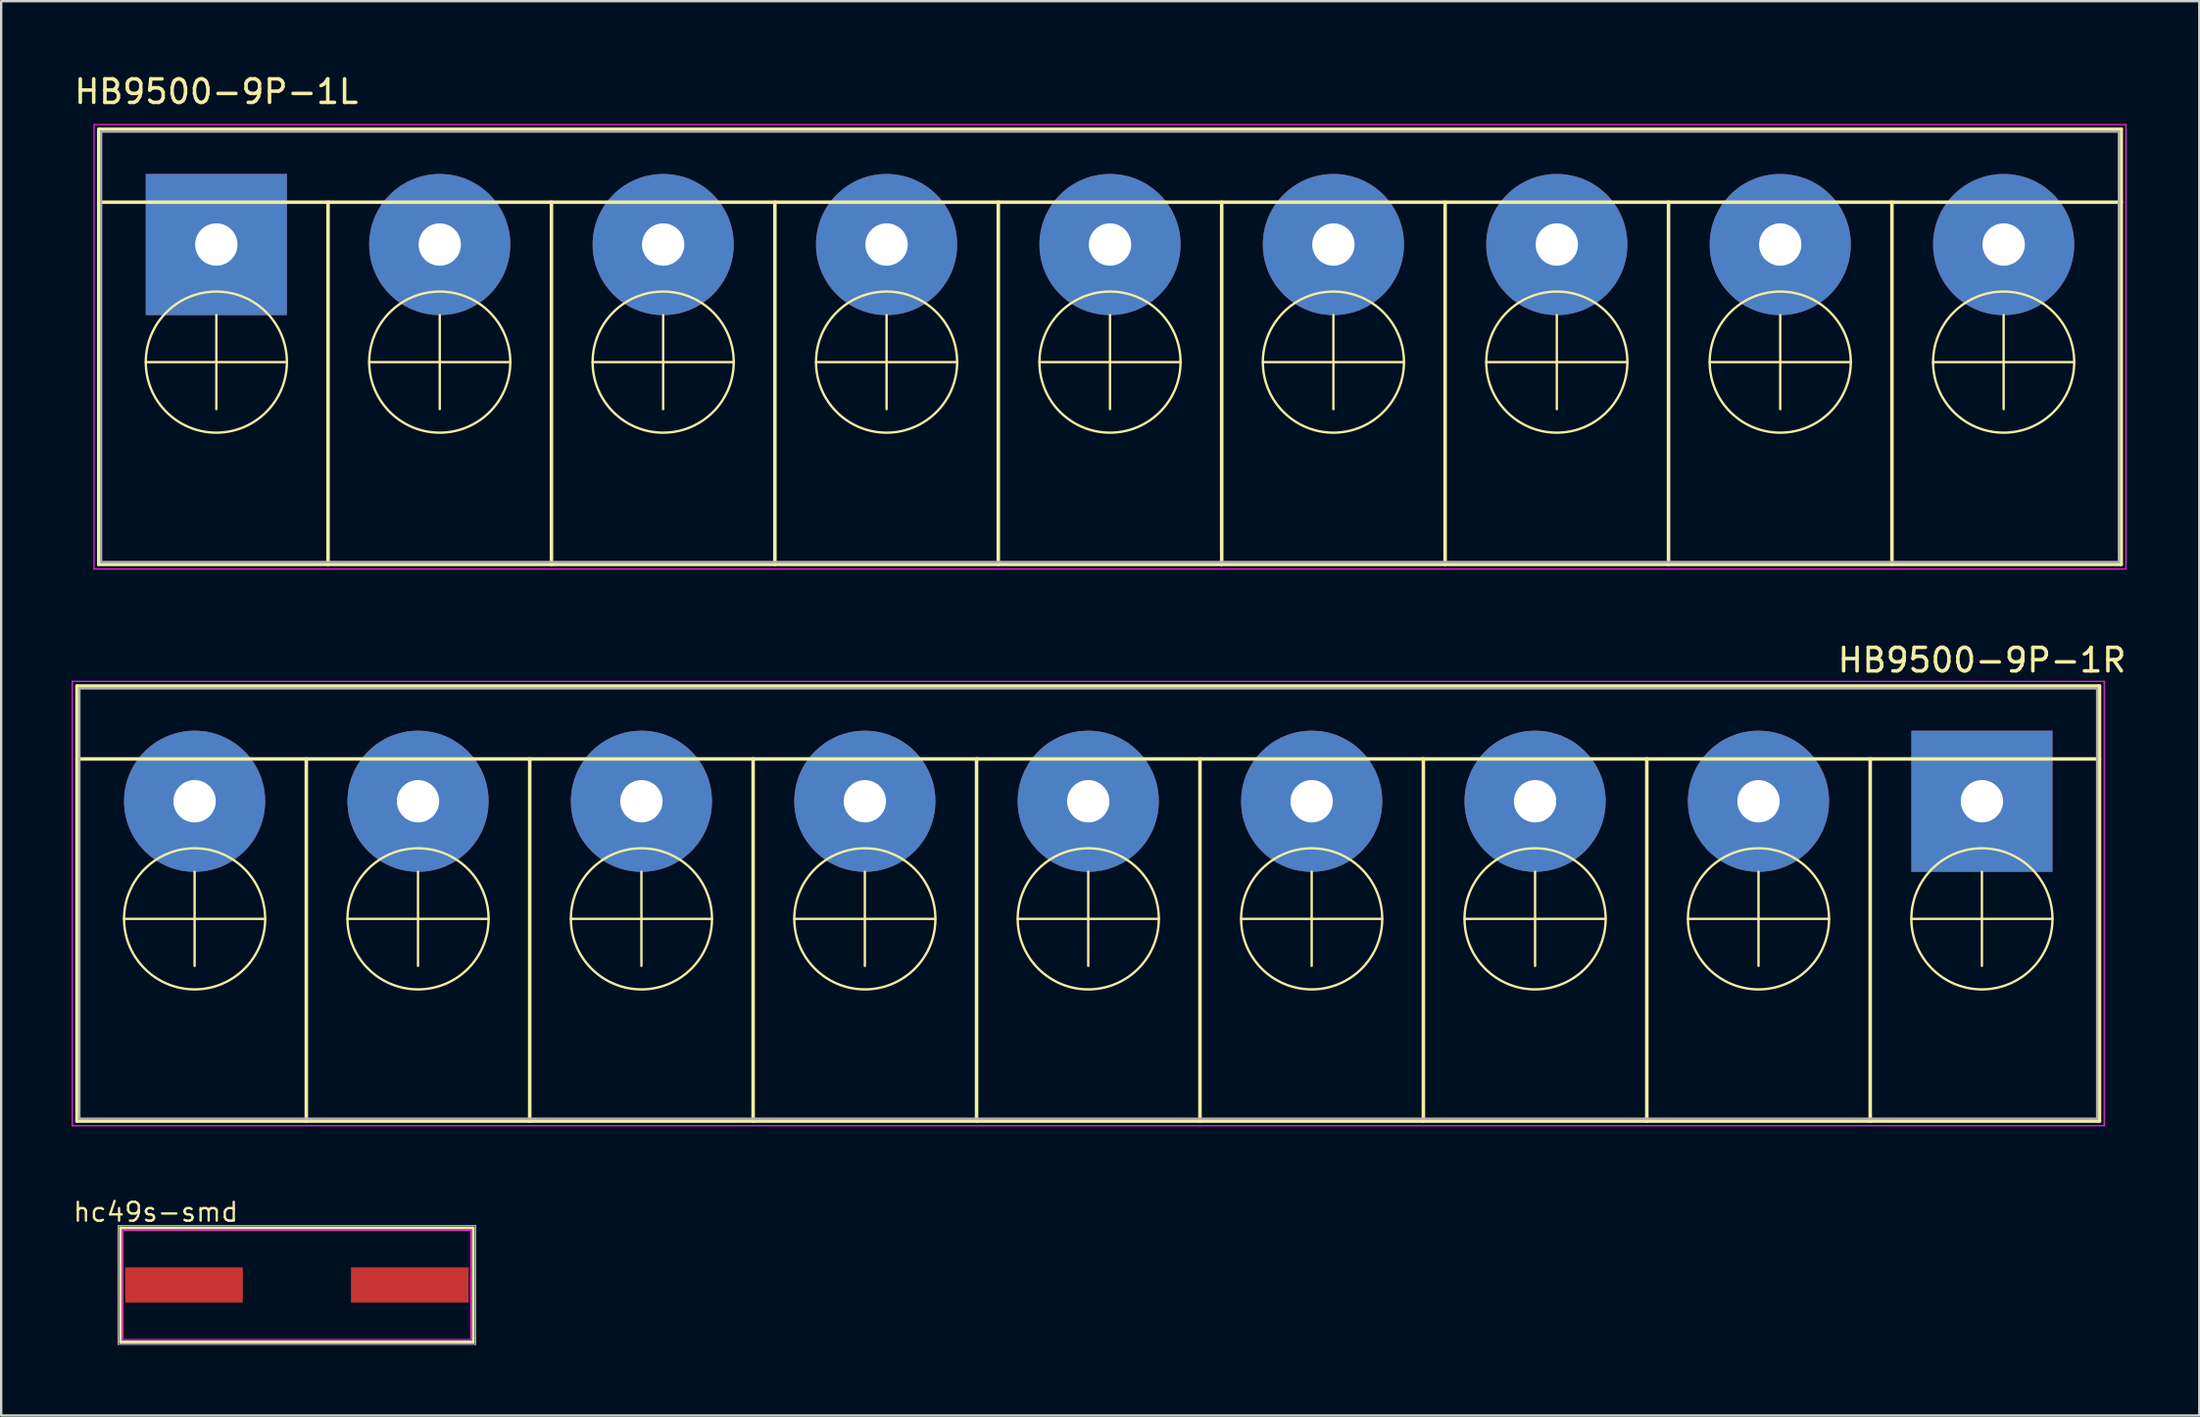
<source format=kicad_pcb>
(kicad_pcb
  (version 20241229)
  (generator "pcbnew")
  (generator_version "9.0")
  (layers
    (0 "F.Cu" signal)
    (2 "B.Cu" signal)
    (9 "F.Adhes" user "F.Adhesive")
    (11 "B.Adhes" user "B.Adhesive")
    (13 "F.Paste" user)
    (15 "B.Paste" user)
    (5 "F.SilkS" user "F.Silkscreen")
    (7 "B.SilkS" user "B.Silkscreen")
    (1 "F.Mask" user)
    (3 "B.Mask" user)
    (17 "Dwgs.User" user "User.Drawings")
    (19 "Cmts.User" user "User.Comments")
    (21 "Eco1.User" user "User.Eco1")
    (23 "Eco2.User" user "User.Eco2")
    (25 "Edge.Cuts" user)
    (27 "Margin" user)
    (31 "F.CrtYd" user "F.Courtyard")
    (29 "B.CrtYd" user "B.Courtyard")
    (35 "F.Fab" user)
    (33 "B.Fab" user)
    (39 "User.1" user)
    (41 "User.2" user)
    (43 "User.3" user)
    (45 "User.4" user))
  (footprint "HB9500-9P-1L"
    (layer "F.Cu")
    (at 6.149 7.348)
    (property "Reference" "HB9500-9P-1L" (at 0 -6.5 0) (layer "F.SilkS") (effects (font (size 1 1) (thickness 0.15))))
    (attr through_hole)
    (fp_line (start -5 -4.9) (end 81 -4.9) (stroke (width 0.15) (type solid)) (layer "F.SilkS"))
    (fp_line (start -5 -1.8) (end 81 -1.8) (stroke (width 0.15) (type solid)) (layer "F.SilkS"))
    (fp_line (start -5 13.6) (end -5 -4.9) (stroke (width 0.15) (type solid)) (layer "F.SilkS"))
    (fp_line (start -5 13.6) (end 81 13.6) (stroke (width 0.15) (type solid)) (layer "F.SilkS"))
    (fp_line (start -3 5) (end 3 5) (stroke (width 0.1) (type solid)) (layer "F.SilkS"))
    (fp_line (start 0 7) (end 0 3) (stroke (width 0.1) (type solid)) (layer "F.SilkS"))
    (fp_line (start 4.75 -1.8) (end 4.75 13.6) (stroke (width 0.15) (type solid)) (layer "F.SilkS"))
    (fp_line (start 6.5 5) (end 12.5 5) (stroke (width 0.1) (type solid)) (layer "F.SilkS"))
    (fp_line (start 9.5 7) (end 9.5 3) (stroke (width 0.1) (type solid)) (layer "F.SilkS"))
    (fp_line (start 14.25 -1.8) (end 14.25 13.6) (stroke (width 0.15) (type solid)) (layer "F.SilkS"))
    (fp_line (start 16 5) (end 22 5) (stroke (width 0.1) (type solid)) (layer "F.SilkS"))
    (fp_line (start 19 7) (end 19 3) (stroke (width 0.1) (type solid)) (layer "F.SilkS"))
    (fp_line (start 23.75 -1.8) (end 23.75 13.6) (stroke (width 0.15) (type solid)) (layer "F.SilkS"))
    (fp_line (start 25.5 5) (end 31.5 5) (stroke (width 0.1) (type solid)) (layer "F.SilkS"))
    (fp_line (start 28.5 7) (end 28.5 3) (stroke (width 0.1) (type solid)) (layer "F.SilkS"))
    (fp_line (start 33.25 -1.8) (end 33.25 13.6) (stroke (width 0.15) (type solid)) (layer "F.SilkS"))
    (fp_line (start 35 5) (end 41 5) (stroke (width 0.1) (type solid)) (layer "F.SilkS"))
    (fp_line (start 38 7) (end 38 3) (stroke (width 0.1) (type solid)) (layer "F.SilkS"))
    (fp_line (start 42.75 -1.8) (end 42.75 13.6) (stroke (width 0.15) (type solid)) (layer "F.SilkS"))
    (fp_line (start 44.5 5) (end 50.5 5) (stroke (width 0.1) (type solid)) (layer "F.SilkS"))
    (fp_line (start 47.5 7) (end 47.5 3) (stroke (width 0.1) (type solid)) (layer "F.SilkS"))
    (fp_line (start 52.25 -1.8) (end 52.25 13.6) (stroke (width 0.15) (type solid)) (layer "F.SilkS"))
    (fp_line (start 54 5) (end 60 5) (stroke (width 0.1) (type solid)) (layer "F.SilkS"))
    (fp_line (start 57 7) (end 57 3) (stroke (width 0.1) (type solid)) (layer "F.SilkS"))
    (fp_line (start 61.75 -1.8) (end 61.75 13.6) (stroke (width 0.15) (type solid)) (layer "F.SilkS"))
    (fp_line (start 63.5 5) (end 69.5 5) (stroke (width 0.1) (type solid)) (layer "F.SilkS"))
    (fp_line (start 66.5 7) (end 66.5 3) (stroke (width 0.1) (type solid)) (layer "F.SilkS"))
    (fp_line (start 71.25 -1.8) (end 71.25 13.6) (stroke (width 0.15) (type solid)) (layer "F.SilkS"))
    (fp_line (start 73 5) (end 79 5) (stroke (width 0.1) (type solid)) (layer "F.SilkS"))
    (fp_line (start 76 7) (end 76 3) (stroke (width 0.1) (type solid)) (layer "F.SilkS"))
    (fp_line (start 81 13.6) (end 81 -4.9) (stroke (width 0.15) (type solid)) (layer "F.SilkS"))
    (fp_circle (center 0 5) (end 3 5) (stroke (width 0.1) (type solid)) (fill no) (layer "F.SilkS"))
    (fp_circle (center 9.5 5) (end 12.5 5) (stroke (width 0.1) (type solid)) (fill no) (layer "F.SilkS"))
    (fp_circle (center 19 5) (end 22 5) (stroke (width 0.1) (type solid)) (fill no) (layer "F.SilkS"))
    (fp_circle (center 28.5 5) (end 31.5 5) (stroke (width 0.1) (type solid)) (fill no) (layer "F.SilkS"))
    (fp_circle (center 38 5) (end 41 5) (stroke (width 0.1) (type solid)) (fill no) (layer "F.SilkS"))
    (fp_circle (center 47.5 5) (end 50.5 5) (stroke (width 0.1) (type solid)) (fill no) (layer "F.SilkS"))
    (fp_circle (center 57 5) (end 60 5) (stroke (width 0.1) (type solid)) (fill no) (layer "F.SilkS"))
    (fp_circle (center 66.5 5) (end 69.5 5) (stroke (width 0.1) (type solid)) (fill no) (layer "F.SilkS"))
    (fp_circle (center 76 5) (end 79 5) (stroke (width 0.1) (type solid)) (fill no) (layer "F.SilkS"))
    (fp_line (start -5.2 -5.1) (end -5.2 13.8) (stroke (width 0.05) (type solid)) (layer "F.CrtYd"))
    (fp_line (start -5.2 -5.1) (end 81.2 -5.1) (stroke (width 0.05) (type solid)) (layer "F.CrtYd"))
    (fp_line (start -5.2 13.8) (end 81.2 13.8) (stroke (width 0.05) (type solid)) (layer "F.CrtYd"))
    (fp_line (start 81.2 -5.1) (end 81.2 13.8) (stroke (width 0.05) (type solid)) (layer "F.CrtYd"))
    (fp_line (start -4.9 -4.8) (end -4.9 13.5) (stroke (width 0.1) (type solid)) (layer "F.Fab"))
    (fp_line (start -4.9 -4.8) (end 80.9 -4.8) (stroke (width 0.1) (type solid)) (layer "F.Fab"))
    (fp_line (start -4.9 13.5) (end 80.9 13.5) (stroke (width 0.1) (type solid)) (layer "F.Fab"))
    (fp_line (start 80.9 -4.8) (end 80.9 13.5) (stroke (width 0.1) (type solid)) (layer "F.Fab"))
    (pad "1" thru_hole rect (at 0 0) (size 6 6) (drill 1.8) (layers "*.Cu" "*.Mask"))
    (pad "2" thru_hole circle (at 9.5 0) (size 6 6) (drill 1.8) (layers "*.Cu" "*.Mask"))
    (pad "3" thru_hole circle (at 19 0) (size 6 6) (drill 1.8) (layers "*.Cu" "*.Mask"))
    (pad "4" thru_hole circle (at 28.5 0) (size 6 6) (drill 1.8) (layers "*.Cu" "*.Mask"))
    (pad "5" thru_hole circle (at 38 0) (size 6 6) (drill 1.8) (layers "*.Cu" "*.Mask"))
    (pad "6" thru_hole circle (at 47.5 0) (size 6 6) (drill 1.8) (layers "*.Cu" "*.Mask"))
    (pad "7" thru_hole circle (at 57 0) (size 6 6) (drill 1.8) (layers "*.Cu" "*.Mask"))
    (pad "8" thru_hole circle (at 66.5 0 90) (size 6 6) (drill 1.8) (layers "*.Cu" "*.Mask"))
    (pad "9" thru_hole circle (at 76 0) (size 6 6) (drill 1.8) (layers "*.Cu" "*.Mask")))
  (footprint "hc49s-smd"
    (layer "F.Cu")
    (at 9.575 51.59)
    (property "Reference" "hc49s-smd" (at -6 -3.1 0) (layer "F.SilkS") (effects (font (size 0.8 0.8) (thickness 0.1))))
    (attr through_hole)
    (fp_line (start -7.5 -2.425) (end 7.5 -2.425) (stroke (width 0.12) (type solid)) (layer "F.SilkS"))
    (fp_line (start -7.5 2.425) (end -7.5 -2.425) (stroke (width 0.12) (type solid)) (layer "F.SilkS"))
    (fp_line (start 7.5 -2.425) (end 7.5 2.425) (stroke (width 0.12) (type solid)) (layer "F.SilkS"))
    (fp_line (start 7.5 2.425) (end -7.5 2.425) (stroke (width 0.12) (type solid)) (layer "F.SilkS"))
    (fp_line (start -7.4 -2.325) (end -7.4 2.325) (stroke (width 0.05) (type solid)) (layer "F.CrtYd"))
    (fp_line (start -7.4 2.325) (end 7.4 2.325) (stroke (width 0.05) (type solid)) (layer "F.CrtYd"))
    (fp_line (start 7.4 -2.325) (end -7.4 -2.325) (stroke (width 0.05) (type solid)) (layer "F.CrtYd"))
    (fp_line (start 7.4 2.325) (end 7.4 -2.325) (stroke (width 0.05) (type solid)) (layer "F.CrtYd"))
    (fp_line (start -7.6 -2.525) (end 7.6 -2.525) (stroke (width 0.05) (type solid)) (layer "F.Fab"))
    (fp_line (start -7.6 2.525) (end -7.6 -2.525) (stroke (width 0.05) (type solid)) (layer "F.Fab"))
    (fp_line (start 7.6 -2.525) (end 7.6 2.525) (stroke (width 0.05) (type solid)) (layer "F.Fab"))
    (fp_line (start 7.6 2.525) (end -7.6 2.525) (stroke (width 0.05) (type solid)) (layer "F.Fab"))
    (pad "1" smd rect (at -4.8 0) (size 5 1.5) (layers "F.Cu" "F.Mask" "F.Paste"))
    (pad "2" smd rect (at 4.8 0) (size 5 1.5) (layers "F.Cu" "F.Mask" "F.Paste")))
  (footprint "HB9500-9P-1R"
    (layer "F.Cu")
    (at 81.225 31.021)
    (property "Reference" "HB9500-9P-1R" (at 0 -6 0) (layer "F.SilkS") (effects (font (size 1 1) (thickness 0.15))))
    (attr through_hole)
    (fp_line (start -81 -4.9) (end 5 -4.9) (stroke (width 0.15) (type solid)) (layer "F.SilkS"))
    (fp_line (start -81 -1.8) (end 5 -1.8) (stroke (width 0.15) (type solid)) (layer "F.SilkS"))
    (fp_line (start -81 13.6) (end -81 -4.9) (stroke (width 0.15) (type solid)) (layer "F.SilkS"))
    (fp_line (start -81 13.6) (end 5 13.6) (stroke (width 0.15) (type solid)) (layer "F.SilkS"))
    (fp_line (start -79 5) (end -73 5) (stroke (width 0.1) (type solid)) (layer "F.SilkS"))
    (fp_line (start -76 7) (end -76 3) (stroke (width 0.1) (type solid)) (layer "F.SilkS"))
    (fp_line (start -71.25 -1.8) (end -71.25 13.6) (stroke (width 0.15) (type solid)) (layer "F.SilkS"))
    (fp_line (start -69.5 5) (end -63.5 5) (stroke (width 0.1) (type solid)) (layer "F.SilkS"))
    (fp_line (start -66.5 7) (end -66.5 3) (stroke (width 0.1) (type solid)) (layer "F.SilkS"))
    (fp_line (start -61.75 -1.8) (end -61.75 13.6) (stroke (width 0.15) (type solid)) (layer "F.SilkS"))
    (fp_line (start -60 5) (end -54 5) (stroke (width 0.1) (type solid)) (layer "F.SilkS"))
    (fp_line (start -57 7) (end -57 3) (stroke (width 0.1) (type solid)) (layer "F.SilkS"))
    (fp_line (start -52.25 -1.8) (end -52.25 13.6) (stroke (width 0.15) (type solid)) (layer "F.SilkS"))
    (fp_line (start -50.5 5) (end -44.5 5) (stroke (width 0.1) (type solid)) (layer "F.SilkS"))
    (fp_line (start -47.5 7) (end -47.5 3) (stroke (width 0.1) (type solid)) (layer "F.SilkS"))
    (fp_line (start -42.75 -1.8) (end -42.75 13.6) (stroke (width 0.15) (type solid)) (layer "F.SilkS"))
    (fp_line (start -41 5) (end -35 5) (stroke (width 0.1) (type solid)) (layer "F.SilkS"))
    (fp_line (start -38 7) (end -38 3) (stroke (width 0.1) (type solid)) (layer "F.SilkS"))
    (fp_line (start -33.25 -1.8) (end -33.25 13.6) (stroke (width 0.15) (type solid)) (layer "F.SilkS"))
    (fp_line (start -31.5 5) (end -25.5 5) (stroke (width 0.1) (type solid)) (layer "F.SilkS"))
    (fp_line (start -28.5 7) (end -28.5 3) (stroke (width 0.1) (type solid)) (layer "F.SilkS"))
    (fp_line (start -23.75 -1.8) (end -23.75 13.6) (stroke (width 0.15) (type solid)) (layer "F.SilkS"))
    (fp_line (start -22 5) (end -16 5) (stroke (width 0.1) (type solid)) (layer "F.SilkS"))
    (fp_line (start -19 7) (end -19 3) (stroke (width 0.1) (type solid)) (layer "F.SilkS"))
    (fp_line (start -14.25 -1.8) (end -14.25 13.6) (stroke (width 0.15) (type solid)) (layer "F.SilkS"))
    (fp_line (start -12.5 5) (end -6.5 5) (stroke (width 0.1) (type solid)) (layer "F.SilkS"))
    (fp_line (start -9.5 7) (end -9.5 3) (stroke (width 0.1) (type solid)) (layer "F.SilkS"))
    (fp_line (start -4.75 -1.8) (end -4.75 13.6) (stroke (width 0.15) (type solid)) (layer "F.SilkS"))
    (fp_line (start -3 5) (end 3 5) (stroke (width 0.1) (type solid)) (layer "F.SilkS"))
    (fp_line (start 0 7) (end 0 3) (stroke (width 0.1) (type solid)) (layer "F.SilkS"))
    (fp_line (start 5 13.6) (end 5 -4.9) (stroke (width 0.15) (type solid)) (layer "F.SilkS"))
    (fp_circle (center -76 5) (end -73 5) (stroke (width 0.1) (type solid)) (fill no) (layer "F.SilkS"))
    (fp_circle (center -66.5 5) (end -63.5 5) (stroke (width 0.1) (type solid)) (fill no) (layer "F.SilkS"))
    (fp_circle (center -57 5) (end -54 5) (stroke (width 0.1) (type solid)) (fill no) (layer "F.SilkS"))
    (fp_circle (center -47.5 5) (end -44.5 5) (stroke (width 0.1) (type solid)) (fill no) (layer "F.SilkS"))
    (fp_circle (center -38 5) (end -35 5) (stroke (width 0.1) (type solid)) (fill no) (layer "F.SilkS"))
    (fp_circle (center -28.5 5) (end -25.5 5) (stroke (width 0.1) (type solid)) (fill no) (layer "F.SilkS"))
    (fp_circle (center -19 5) (end -16 5) (stroke (width 0.1) (type solid)) (fill no) (layer "F.SilkS"))
    (fp_circle (center -9.5 5) (end -6.5 5) (stroke (width 0.1) (type solid)) (fill no) (layer "F.SilkS"))
    (fp_circle (center 0 5) (end 3 5) (stroke (width 0.1) (type solid)) (fill no) (layer "F.SilkS"))
    (fp_line (start -81.2 -5.1) (end -81.2 13.8) (stroke (width 0.05) (type solid)) (layer "F.CrtYd"))
    (fp_line (start -81.2 -5.1) (end 5.2 -5.1) (stroke (width 0.05) (type solid)) (layer "F.CrtYd"))
    (fp_line (start -81.2 13.8) (end 5.2 13.8) (stroke (width 0.05) (type solid)) (layer "F.CrtYd"))
    (fp_line (start 5.2 -5.1) (end 5.2 13.8) (stroke (width 0.05) (type solid)) (layer "F.CrtYd"))
    (fp_line (start -80.9 -4.8) (end -80.9 13.5) (stroke (width 0.1) (type solid)) (layer "F.Fab"))
    (fp_line (start -80.9 -4.8) (end 4.9 -4.8) (stroke (width 0.1) (type solid)) (layer "F.Fab"))
    (fp_line (start -80.9 13.5) (end 4.9 13.5) (stroke (width 0.1) (type solid)) (layer "F.Fab"))
    (fp_line (start 4.9 -4.8) (end 4.9 13.5) (stroke (width 0.1) (type solid)) (layer "F.Fab"))
    (pad "1" thru_hole rect (at 0 0) (size 6 6) (drill 1.8) (layers "*.Cu" "*.Mask"))
    (pad "2" thru_hole circle (at -9.5 0 90) (size 6 6) (drill 1.8) (layers "*.Cu" "*.Mask"))
    (pad "3" thru_hole circle (at -19 0) (size 6 6) (drill 1.8) (layers "*.Cu" "*.Mask"))
    (pad "4" thru_hole circle (at -28.5 0) (size 6 6) (drill 1.8) (layers "*.Cu" "*.Mask"))
    (pad "5" thru_hole circle (at -38 0) (size 6 6) (drill 1.8) (layers "*.Cu" "*.Mask"))
    (pad "6" thru_hole circle (at -47.5 0) (size 6 6) (drill 1.8) (layers "*.Cu" "*.Mask"))
    (pad "7" thru_hole circle (at -57 0) (size 6 6) (drill 1.8) (layers "*.Cu" "*.Mask"))
    (pad "8" thru_hole circle (at -66.5 0) (size 6 6) (drill 1.8) (layers "*.Cu" "*.Mask"))
    (pad "9" thru_hole circle (at -76 0) (size 6 6) (drill 1.8) (layers "*.Cu" "*.Mask")))
  (gr_rect
    (start -3 -3)
    (end 90.469 57.14)
    (stroke (width 0.1) (type default))
    (fill no)
    (layer "Edge.Cuts")))
</source>
